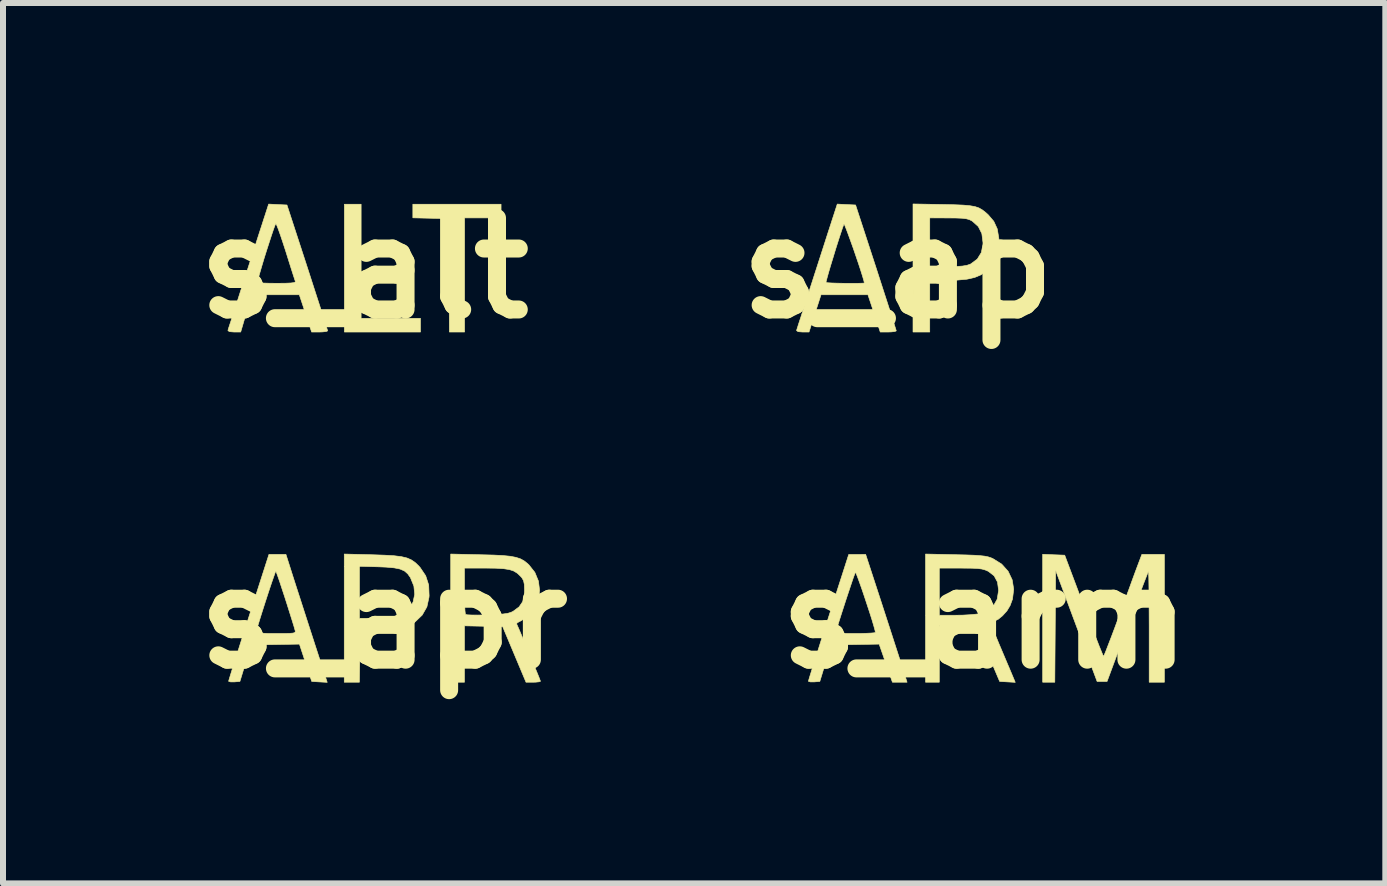
<source format=kicad_pcb>
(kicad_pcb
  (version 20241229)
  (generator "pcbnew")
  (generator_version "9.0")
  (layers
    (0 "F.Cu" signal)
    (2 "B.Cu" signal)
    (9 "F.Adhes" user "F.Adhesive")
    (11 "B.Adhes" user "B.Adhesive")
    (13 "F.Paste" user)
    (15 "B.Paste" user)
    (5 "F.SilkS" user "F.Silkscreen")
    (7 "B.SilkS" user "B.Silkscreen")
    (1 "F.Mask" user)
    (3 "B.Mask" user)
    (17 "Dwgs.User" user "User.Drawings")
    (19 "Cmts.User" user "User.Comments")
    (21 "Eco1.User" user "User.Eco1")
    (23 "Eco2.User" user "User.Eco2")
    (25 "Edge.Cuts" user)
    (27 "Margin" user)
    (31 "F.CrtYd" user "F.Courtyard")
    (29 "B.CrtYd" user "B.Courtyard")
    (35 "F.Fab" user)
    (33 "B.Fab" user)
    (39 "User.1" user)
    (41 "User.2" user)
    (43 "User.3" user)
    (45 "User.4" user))
  (footprint "s_ap"
    (layer "F.Cu")
    (at 11.912 1.418)
    (property "Reference" "s_ap" (at 0 0 0) (layer "F.SilkS") (effects (font (size 1.524 1.524) (thickness 0.3))))
    (attr through_hole)
    (fp_poly (pts (xy 0.754 -1.06) (xy 0.943 -1.056) (xy 1.089 -1.05) (xy 1.2 -1.04) (xy 1.286 -1.025) (xy 1.353 -1.002) (xy 1.41 -0.969) (xy 1.465 -0.926) (xy 1.504 -0.891) (xy 1.599 -0.78) (xy 1.657 -0.654) (xy 1.683 -0.5) (xy 1.685 -0.431) (xy 1.671 -0.263) (xy 1.625 -0.128) (xy 1.544 -0.014) (xy 1.477 0.049) (xy 1.385 0.112) (xy 1.28 0.156) (xy 1.151 0.185) (xy 0.989 0.2) (xy 0.832 0.203) (xy 0.532 0.203) (xy 0.532 1.065) (xy 0.253 1.065) (xy 0.253 -0.025) (xy 0.532 -0.025) (xy 0.83 -0.025) (xy 0.973 -0.027) (xy 1.076 -0.034) (xy 1.15 -0.046) (xy 1.206 -0.065) (xy 1.216 -0.07) (xy 1.324 -0.15) (xy 1.392 -0.26) (xy 1.419 -0.401) (xy 1.419 -0.428) (xy 1.4 -0.576) (xy 1.341 -0.693) (xy 1.242 -0.782) (xy 1.236 -0.786) (xy 1.193 -0.808) (xy 1.143 -0.822) (xy 1.073 -0.831) (xy 0.975 -0.835) (xy 0.843 -0.836) (xy 0.532 -0.837) (xy 0.532 -0.025) (xy 0.253 -0.025) (xy 0.253 -1.069) (xy 0.754 -1.06)) (stroke (width 0.01) (type solid)) (fill yes) (layer "F.SilkS"))
    (fp_poly (pts (xy -0.856 -1.059) (xy -0.704 -1.052) (xy -0.365 -0.013) (xy -0.294 0.207) (xy -0.228 0.411) (xy -0.168 0.596) (xy -0.117 0.755) (xy -0.076 0.885) (xy -0.046 0.98) (xy -0.029 1.034) (xy -0.026 1.046) (xy -0.049 1.056) (xy -0.107 1.063) (xy -0.159 1.065) (xy -0.293 1.065) (xy -0.395 0.754) (xy -0.498 0.444) (xy -1.28 0.444) (xy -1.48 1.065) (xy -1.588 1.065) (xy -1.661 1.059) (xy -1.687 1.042) (xy -1.686 1.033) (xy -1.676 1.002) (xy -1.653 0.929) (xy -1.617 0.819) (xy -1.572 0.678) (xy -1.518 0.511) (xy -1.459 0.326) (xy -1.431 0.24) (xy -1.196 0.24) (xy -1.169 0.244) (xy -1.104 0.248) (xy -1.012 0.251) (xy -0.906 0.253) (xy -0.796 0.254) (xy -0.696 0.254) (xy -0.615 0.252) (xy -0.567 0.25) (xy -0.558 0.247) (xy -0.566 0.21) (xy -0.587 0.138) (xy -0.618 0.039) (xy -0.657 -0.08) (xy -0.701 -0.209) (xy -0.746 -0.34) (xy -0.791 -0.465) (xy -0.831 -0.575) (xy -0.864 -0.662) (xy -0.887 -0.719) (xy -0.898 -0.735) (xy -0.898 -0.735) (xy -0.923 -0.666) (xy -0.956 -0.567) (xy -0.995 -0.447) (xy -1.037 -0.315) (xy -1.078 -0.179) (xy -1.118 -0.049) (xy -1.152 0.066) (xy -1.178 0.159) (xy -1.194 0.22) (xy -1.196 0.24) (xy -1.431 0.24) (xy -1.407 0.165) (xy -1.34 -0.042) (xy -1.276 -0.241) (xy -1.216 -0.427) (xy -1.163 -0.592) (xy -1.119 -0.727) (xy -1.087 -0.827) (xy -1.073 -0.869) (xy -1.009 -1.067) (xy -0.856 -1.059)) (stroke (width 0.01) (type solid)) (fill yes) (layer "F.SilkS")))
  (footprint "s_arm"
    (layer "F.Cu")
    (at 13.363 7.254)
    (property "Reference" "s_arm" (at 0 0 0) (layer "F.SilkS") (effects (font (size 1.524 1.524) (thickness 0.3))))
    (attr through_hole)
    (fp_poly (pts (xy 1.147 -1.059) (xy 1.33 -1.052) (xy 1.647 -0.209) (xy 1.721 -0.014) (xy 1.789 0.165) (xy 1.85 0.322) (xy 1.901 0.453) (xy 1.941 0.552) (xy 1.967 0.614) (xy 1.977 0.634) (xy 1.989 0.611) (xy 2.016 0.546) (xy 2.055 0.445) (xy 2.106 0.313) (xy 2.165 0.156) (xy 2.23 -0.02) (xy 2.267 -0.12) (xy 2.336 -0.31) (xy 2.402 -0.488) (xy 2.46 -0.648) (xy 2.51 -0.784) (xy 2.549 -0.888) (xy 2.574 -0.954) (xy 2.58 -0.97) (xy 2.616 -1.065) (xy 2.991 -1.065) (xy 2.991 1.065) (xy 2.738 1.065) (xy 2.738 0.135) (xy 2.737 -0.076) (xy 2.736 -0.269) (xy 2.735 -0.439) (xy 2.733 -0.581) (xy 2.731 -0.689) (xy 2.728 -0.758) (xy 2.725 -0.782) (xy 2.725 -0.781) (xy 2.714 -0.756) (xy 2.687 -0.687) (xy 2.646 -0.582) (xy 2.594 -0.445) (xy 2.532 -0.282) (xy 2.463 -0.097) (xy 2.388 0.105) (xy 2.374 0.142) (xy 2.036 1.052) (xy 1.87 1.052) (xy 1.524 0.127) (xy 1.179 -0.799) (xy 1.172 0.133) (xy 1.165 1.065) (xy 0.963 1.065) (xy 0.963 -1.067) (xy 1.147 -1.059)) (stroke (width 0.01) (type solid)) (fill yes) (layer "F.SilkS"))
    (fp_poly (pts (xy -0.488 -1.06) (xy -0.311 -1.056) (xy -0.177 -1.051) (xy -0.077 -1.044) (xy -0.003 -1.036) (xy 0.055 -1.024) (xy 0.103 -1.008) (xy 0.133 -0.995) (xy 0.279 -0.904) (xy 0.387 -0.784) (xy 0.455 -0.641) (xy 0.48 -0.484) (xy 0.46 -0.32) (xy 0.42 -0.212) (xy 0.367 -0.124) (xy 0.295 -0.044) (xy 0.219 0.018) (xy 0.15 0.049) (xy 0.134 0.051) (xy 0.118 0.051) (xy 0.107 0.055) (xy 0.103 0.067) (xy 0.106 0.093) (xy 0.12 0.136) (xy 0.144 0.203) (xy 0.182 0.297) (xy 0.234 0.423) (xy 0.303 0.586) (xy 0.39 0.792) (xy 0.391 0.793) (xy 0.506 1.067) (xy 0.246 1.052) (xy 0.053 0.596) (xy -0.14 0.139) (xy -0.45 0.132) (xy -0.76 0.125) (xy -0.76 1.065) (xy -0.989 1.065) (xy -0.989 -0.837) (xy -0.76 -0.837) (xy -0.76 -0.051) (xy -0.498 -0.051) (xy -0.369 -0.053) (xy -0.244 -0.06) (xy -0.139 -0.07) (xy -0.1 -0.076) (xy 0.04 -0.124) (xy 0.142 -0.206) (xy 0.205 -0.319) (xy 0.228 -0.463) (xy 0.228 -0.469) (xy 0.21 -0.604) (xy 0.154 -0.708) (xy 0.057 -0.783) (xy 0.051 -0.786) (xy 0.004 -0.806) (xy -0.049 -0.821) (xy -0.118 -0.83) (xy -0.213 -0.835) (xy -0.345 -0.836) (xy -0.405 -0.837) (xy -0.76 -0.837) (xy -0.989 -0.837) (xy -0.989 -1.071) (xy -0.488 -1.06)) (stroke (width 0.01) (type solid)) (fill yes) (layer "F.SilkS"))
    (fp_poly (pts (xy -1.724 -0.26) (xy -1.657 -0.053) (xy -1.591 0.15) (xy -1.529 0.342) (xy -1.473 0.515) (xy -1.426 0.66) (xy -1.391 0.769) (xy -1.38 0.805) (xy -1.297 1.065) (xy -1.541 1.065) (xy -1.762 0.43) (xy -2.164 0.437) (xy -2.566 0.444) (xy -2.658 0.748) (xy -2.751 1.052) (xy -2.846 1.06) (xy -2.907 1.06) (xy -2.939 1.051) (xy -2.941 1.047) (xy -2.933 1.019) (xy -2.912 0.949) (xy -2.878 0.839) (xy -2.833 0.697) (xy -2.779 0.527) (xy -2.718 0.333) (xy -2.686 0.236) (xy -2.484 0.236) (xy -2.461 0.243) (xy -2.398 0.248) (xy -2.308 0.252) (xy -2.201 0.253) (xy -2.09 0.253) (xy -1.985 0.25) (xy -1.898 0.246) (xy -1.841 0.241) (xy -1.825 0.234) (xy -1.832 0.198) (xy -1.852 0.125) (xy -1.882 0.024) (xy -1.92 -0.096) (xy -1.963 -0.227) (xy -2.007 -0.36) (xy -2.05 -0.487) (xy -2.09 -0.6) (xy -2.123 -0.69) (xy -2.146 -0.748) (xy -2.157 -0.767) (xy -2.157 -0.767) (xy -2.169 -0.739) (xy -2.194 -0.672) (xy -2.227 -0.574) (xy -2.267 -0.454) (xy -2.311 -0.322) (xy -2.355 -0.186) (xy -2.397 -0.056) (xy -2.434 0.061) (xy -2.462 0.155) (xy -2.48 0.216) (xy -2.484 0.236) (xy -2.686 0.236) (xy -2.65 0.122) (xy -2.605 -0.019) (xy -2.269 -1.064) (xy -2.128 -1.064) (xy -1.987 -1.065) (xy -1.724 -0.26)) (stroke (width 0.01) (type solid)) (fill yes) (layer "F.SilkS")))
  (footprint "s_alt"
    (layer "F.Cu")
    (at 3.019 1.418)
    (property "Reference" "s_alt" (at 0 0 0) (layer "F.SilkS") (effects (font (size 1.524 1.524) (thickness 0.3))))
    (attr through_hole)
    (fp_poly (pts (xy -0.051 0.837) (xy 0.938 0.837) (xy 0.938 1.065) (xy -0.33 1.065) (xy -0.33 -1.065) (xy -0.051 -1.065) (xy -0.051 0.837)) (stroke (width 0.01) (type solid)) (fill yes) (layer "F.SilkS"))
    (fp_poly (pts (xy 2.281 -0.837) (xy 1.673 -0.837) (xy 1.673 1.065) (xy 1.42 1.065) (xy 1.414 0.12) (xy 1.407 -0.824) (xy 1.109 -0.831) (xy 0.811 -0.838) (xy 0.811 -1.065) (xy 2.281 -1.065) (xy 2.281 -0.837)) (stroke (width 0.01) (type solid)) (fill yes) (layer "F.SilkS"))
    (fp_poly (pts (xy -1.439 -1.059) (xy -1.287 -1.052) (xy -0.948 -0.013) (xy -0.877 0.207) (xy -0.811 0.411) (xy -0.751 0.596) (xy -0.7 0.755) (xy -0.658 0.885) (xy -0.629 0.98) (xy -0.612 1.034) (xy -0.609 1.046) (xy -0.631 1.056) (xy -0.69 1.063) (xy -0.742 1.065) (xy -0.876 1.065) (xy -0.978 0.754) (xy -1.081 0.444) (xy -1.863 0.444) (xy -1.906 0.57) (xy -1.937 0.662) (xy -1.972 0.776) (xy -2.004 0.881) (xy -2.058 1.065) (xy -2.169 1.065) (xy -2.242 1.059) (xy -2.27 1.043) (xy -2.269 1.033) (xy -2.26 1.002) (xy -2.236 0.929) (xy -2.2 0.819) (xy -2.155 0.678) (xy -2.101 0.511) (xy -2.042 0.326) (xy -2.014 0.24) (xy -1.779 0.24) (xy -1.75 0.245) (xy -1.681 0.249) (xy -1.581 0.252) (xy -1.461 0.253) (xy -1.451 0.253) (xy -1.314 0.252) (xy -1.222 0.248) (xy -1.168 0.241) (xy -1.147 0.229) (xy -1.147 0.222) (xy -1.158 0.189) (xy -1.182 0.115) (xy -1.216 0.009) (xy -1.257 -0.121) (xy -1.303 -0.268) (xy -1.308 -0.284) (xy -1.355 -0.428) (xy -1.397 -0.553) (xy -1.432 -0.651) (xy -1.458 -0.716) (xy -1.472 -0.741) (xy -1.473 -0.74) (xy -1.488 -0.709) (xy -1.513 -0.64) (xy -1.546 -0.542) (xy -1.585 -0.422) (xy -1.627 -0.292) (xy -1.669 -0.158) (xy -1.707 -0.031) (xy -1.74 0.082) (xy -1.765 0.17) (xy -1.778 0.225) (xy -1.779 0.24) (xy -2.014 0.24) (xy -1.99 0.165) (xy -1.923 -0.042) (xy -1.859 -0.241) (xy -1.799 -0.427) (xy -1.746 -0.592) (xy -1.702 -0.727) (xy -1.67 -0.827) (xy -1.656 -0.869) (xy -1.592 -1.067) (xy -1.439 -1.059)) (stroke (width 0.01) (type solid)) (fill yes) (layer "F.SilkS")))
  (footprint "s_apr"
    (layer "F.Cu")
    (at 3.346 7.254)
    (property "Reference" "s_apr" (at 0 0 0) (layer "F.SilkS") (effects (font (size 1.524 1.524) (thickness 0.3))))
    (attr through_hole)
    (fp_poly (pts (xy -0.184 -1.059) (xy 0.015 -1.052) (xy 0.17 -1.043) (xy 0.291 -1.028) (xy 0.384 -1.006) (xy 0.458 -0.974) (xy 0.521 -0.931) (xy 0.58 -0.875) (xy 0.605 -0.847) (xy 0.698 -0.709) (xy 0.748 -0.555) (xy 0.755 -0.377) (xy 0.753 -0.35) (xy 0.718 -0.191) (xy 0.64 -0.054) (xy 0.516 0.065) (xy 0.485 0.088) (xy 0.442 0.117) (xy 0.402 0.139) (xy 0.357 0.153) (xy 0.296 0.163) (xy 0.209 0.169) (xy 0.088 0.174) (xy -0.008 0.177) (xy -0.393 0.19) (xy -0.4 0.627) (xy -0.407 1.065) (xy -0.659 1.065) (xy -0.659 0) (xy -0.406 0) (xy -0.166 0) (xy -0.043 -0.003) (xy 0.076 -0.011) (xy 0.173 -0.022) (xy 0.198 -0.027) (xy 0.326 -0.077) (xy 0.424 -0.162) (xy 0.488 -0.272) (xy 0.515 -0.4) (xy 0.501 -0.538) (xy 0.445 -0.675) (xy 0.444 -0.678) (xy 0.398 -0.742) (xy 0.344 -0.789) (xy 0.271 -0.821) (xy 0.172 -0.841) (xy 0.038 -0.853) (xy -0.082 -0.858) (xy -0.406 -0.867) (xy -0.406 0) (xy -0.659 0) (xy -0.659 -1.071) (xy -0.184 -1.059)) (stroke (width 0.01) (type solid)) (fill yes) (layer "F.SilkS"))
    (fp_poly (pts (xy -1.5 -0.653) (xy -1.454 -0.51) (xy -1.396 -0.331) (xy -1.331 -0.129) (xy -1.263 0.082) (xy -1.195 0.292) (xy -1.156 0.413) (xy -0.943 1.067) (xy -1.072 1.06) (xy -1.201 1.052) (xy -1.406 0.43) (xy -1.809 0.437) (xy -2.212 0.444) (xy -2.305 0.748) (xy -2.398 1.052) (xy -2.492 1.06) (xy -2.552 1.06) (xy -2.584 1.051) (xy -2.586 1.047) (xy -2.578 1.019) (xy -2.557 0.949) (xy -2.523 0.839) (xy -2.478 0.697) (xy -2.424 0.527) (xy -2.363 0.333) (xy -2.331 0.234) (xy -2.129 0.234) (xy -2.106 0.242) (xy -2.04 0.247) (xy -1.943 0.252) (xy -1.824 0.253) (xy -1.797 0.253) (xy -1.662 0.253) (xy -1.569 0.251) (xy -1.512 0.246) (xy -1.483 0.237) (xy -1.475 0.223) (xy -1.476 0.209) (xy -1.498 0.132) (xy -1.53 0.028) (xy -1.569 -0.096) (xy -1.611 -0.23) (xy -1.655 -0.367) (xy -1.698 -0.497) (xy -1.736 -0.613) (xy -1.768 -0.705) (xy -1.79 -0.765) (xy -1.799 -0.785) (xy -1.81 -0.763) (xy -1.832 -0.7) (xy -1.865 -0.606) (xy -1.904 -0.49) (xy -1.947 -0.359) (xy -1.991 -0.223) (xy -2.033 -0.091) (xy -2.071 0.03) (xy -2.101 0.13) (xy -2.122 0.201) (xy -2.129 0.234) (xy -2.129 0.234) (xy -2.331 0.234) (xy -2.295 0.122) (xy -2.25 -0.019) (xy -1.914 -1.065) (xy -1.772 -1.065) (xy -1.631 -1.065) (xy -1.5 -0.653)) (stroke (width 0.01) (type solid)) (fill yes) (layer "F.SilkS"))
    (fp_poly (pts (xy 1.629 -1.059) (xy 1.829 -1.054) (xy 1.986 -1.046) (xy 2.108 -1.034) (xy 2.201 -1.016) (xy 2.275 -0.992) (xy 2.336 -0.959) (xy 2.391 -0.916) (xy 2.417 -0.892) (xy 2.517 -0.766) (xy 2.577 -0.62) (xy 2.596 -0.466) (xy 2.577 -0.313) (xy 2.517 -0.172) (xy 2.418 -0.051) (xy 2.404 -0.039) (xy 2.337 0.011) (xy 2.274 0.048) (xy 2.262 0.053) (xy 2.221 0.077) (xy 2.214 0.095) (xy 2.228 0.126) (xy 2.258 0.194) (xy 2.299 0.291) (xy 2.348 0.407) (xy 2.401 0.534) (xy 2.455 0.664) (xy 2.506 0.788) (xy 2.551 0.897) (xy 2.586 0.983) (xy 2.606 1.036) (xy 2.611 1.05) (xy 2.588 1.058) (xy 2.53 1.064) (xy 2.49 1.065) (xy 2.37 1.065) (xy 1.981 0.139) (xy 1.662 0.132) (xy 1.344 0.125) (xy 1.344 1.065) (xy 1.115 1.065) (xy 1.115 -0.837) (xy 1.344 -0.837) (xy 1.344 -0.461) (xy 1.345 -0.327) (xy 1.348 -0.212) (xy 1.353 -0.124) (xy 1.359 -0.073) (xy 1.363 -0.065) (xy 1.394 -0.058) (xy 1.465 -0.055) (xy 1.568 -0.054) (xy 1.692 -0.056) (xy 1.728 -0.057) (xy 1.878 -0.063) (xy 1.988 -0.072) (xy 2.065 -0.083) (xy 2.121 -0.1) (xy 2.156 -0.117) (xy 2.255 -0.191) (xy 2.315 -0.279) (xy 2.342 -0.394) (xy 2.345 -0.469) (xy 2.342 -0.564) (xy 2.329 -0.627) (xy 2.301 -0.676) (xy 2.281 -0.698) (xy 2.227 -0.75) (xy 2.168 -0.787) (xy 2.094 -0.812) (xy 1.997 -0.827) (xy 1.867 -0.835) (xy 1.699 -0.837) (xy 1.344 -0.837) (xy 1.115 -0.837) (xy 1.115 -1.071) (xy 1.629 -1.059)) (stroke (width 0.01) (type solid)) (fill yes) (layer "F.SilkS")))
  (gr_rect
    (start -3 -3)
    (end 20.036 11.672)
    (stroke (width 0.1) (type default))
    (fill no)
    (layer "Edge.Cuts")))
</source>
